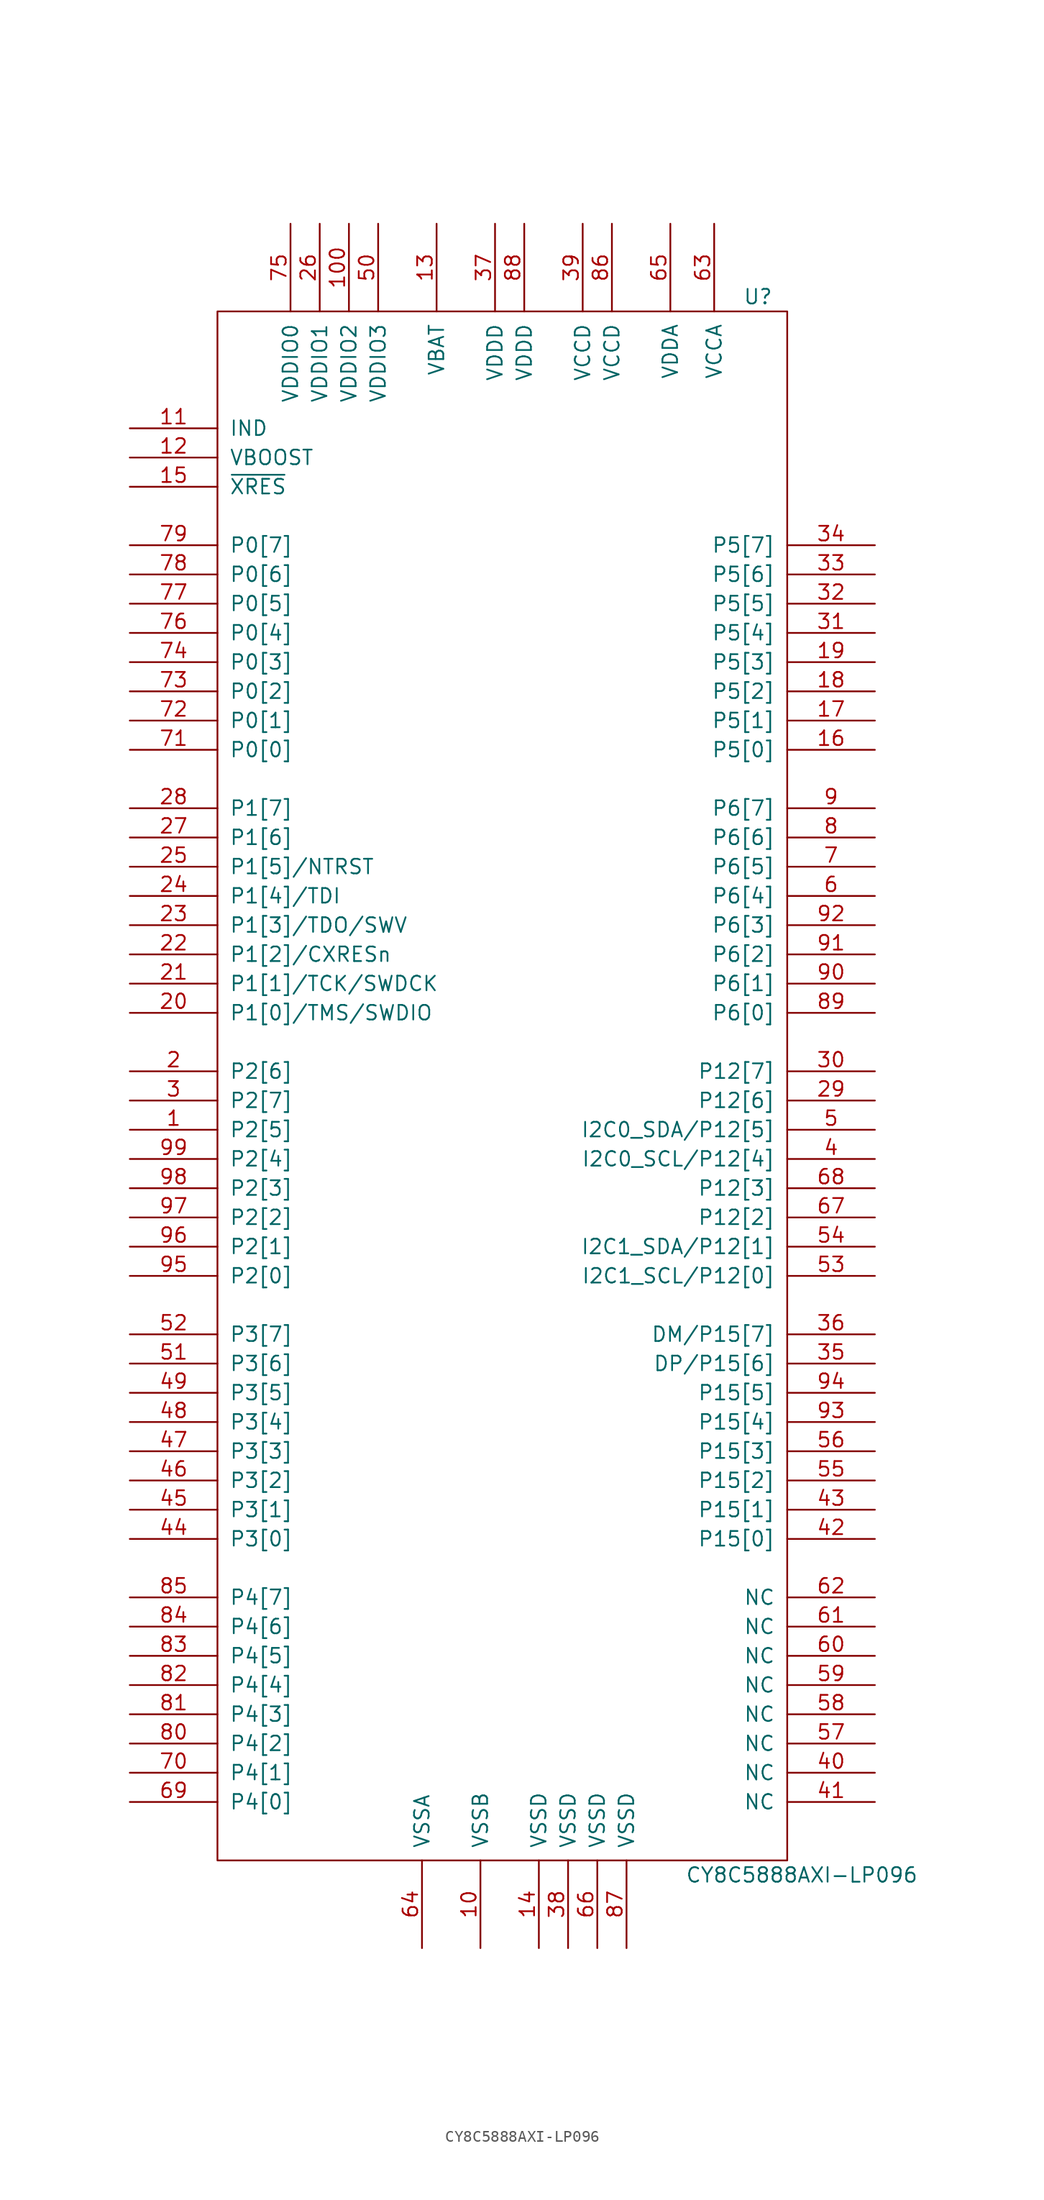
<source format=kicad_sym>
(kicad_symbol_lib
  (version 20220914)
  (generator kicad_symbol_editor)
  (symbol "CY8C5888AXI-LP096"
    (pin_names
      (offset 1.016))
    (property "Reference" "U"
      (at 20.32 68.58 0)
      (effects (font (size 1.27 1.27))))
    (property "Value" "CY8C5888AXI-LP096"
      (at 24.13 -68.58 0)
      (effects (font (size 1.27 1.27))))
    (symbol "CY8C5888AXI-LP096_1_0"
      (rectangle (start -26.67 -67.31) (end 22.86 67.31) (stroke (width 0) (type default)) (fill (type none))))
    (symbol "CY8C5888AXI-LP096_1_1"
      (pin input line (at -34.29 -3.81 0) (length 7.62) (name "P2[5]" (effects (font (size 1.27 1.27)))) (number "1" (effects (font (size 1.27 1.27)))))
      (pin input line (at -3.81 -74.93 90) (length 7.62) (name "VSSB" (effects (font (size 1.27 1.27)))) (number "10" (effects (font (size 1.27 1.27)))))
      (pin power_in line (at -15.24 74.93 270) (length 7.62) (name "VDDIO2" (effects (font (size 1.27 1.27)))) (number "100" (effects (font (size 1.27 1.27)))))
      (pin power_in line (at -34.29 57.15 0) (length 7.62) (name "IND" (effects (font (size 1.27 1.27)))) (number "11" (effects (font (size 1.27 1.27)))))
      (pin input line (at -34.29 54.61 0) (length 7.62) (name "VBOOST" (effects (font (size 1.27 1.27)))) (number "12" (effects (font (size 1.27 1.27)))))
      (pin power_in line (at -7.62 74.93 270) (length 7.62) (name "VBAT" (effects (font (size 1.27 1.27)))) (number "13" (effects (font (size 1.27 1.27)))))
      (pin power_in line (at 1.27 -74.93 90) (length 7.62) (name "VSSD" (effects (font (size 1.27 1.27)))) (number "14" (effects (font (size 1.27 1.27)))))
      (pin input line (at -34.29 52.07 0) (length 7.62) (name "~{XRES}" (effects (font (size 1.27 1.27)))) (number "15" (effects (font (size 1.27 1.27)))))
      (pin input line (at 30.48 29.21 180) (length 7.62) (name "P5[0]" (effects (font (size 1.27 1.27)))) (number "16" (effects (font (size 1.27 1.27)))))
      (pin input line (at 30.48 31.75 180) (length 7.62) (name "P5[1]" (effects (font (size 1.27 1.27)))) (number "17" (effects (font (size 1.27 1.27)))))
      (pin input line (at 30.48 34.29 180) (length 7.62) (name "P5[2]" (effects (font (size 1.27 1.27)))) (number "18" (effects (font (size 1.27 1.27)))))
      (pin input line (at 30.48 36.83 180) (length 7.62) (name "P5[3]" (effects (font (size 1.27 1.27)))) (number "19" (effects (font (size 1.27 1.27)))))
      (pin input line (at -34.29 1.27 0) (length 7.62) (name "P2[6]" (effects (font (size 1.27 1.27)))) (number "2" (effects (font (size 1.27 1.27)))))
      (pin input line (at -34.29 6.35 0) (length 7.62) (name "P1[0]/TMS/SWDIO" (effects (font (size 1.27 1.27)))) (number "20" (effects (font (size 1.27 1.27)))))
      (pin input line (at -34.29 8.89 0) (length 7.62) (name "P1[1]/TCK/SWDCK" (effects (font (size 1.27 1.27)))) (number "21" (effects (font (size 1.27 1.27)))))
      (pin input line (at -34.29 11.43 0) (length 7.62) (name "P1[2]/CXRESn" (effects (font (size 1.27 1.27)))) (number "22" (effects (font (size 1.27 1.27)))))
      (pin input line (at -34.29 13.97 0) (length 7.62) (name "P1[3]/TDO/SWV" (effects (font (size 1.27 1.27)))) (number "23" (effects (font (size 1.27 1.27)))))
      (pin input line (at -34.29 16.51 0) (length 7.62) (name "P1[4]/TDI" (effects (font (size 1.27 1.27)))) (number "24" (effects (font (size 1.27 1.27)))))
      (pin input line (at -34.29 19.05 0) (length 7.62) (name "P1[5]/NTRST" (effects (font (size 1.27 1.27)))) (number "25" (effects (font (size 1.27 1.27)))))
      (pin power_in line (at -17.78 74.93 270) (length 7.62) (name "VDDIO1" (effects (font (size 1.27 1.27)))) (number "26" (effects (font (size 1.27 1.27)))))
      (pin input line (at -34.29 21.59 0) (length 7.62) (name "P1[6]" (effects (font (size 1.27 1.27)))) (number "27" (effects (font (size 1.27 1.27)))))
      (pin input line (at -34.29 24.13 0) (length 7.62) (name "P1[7]" (effects (font (size 1.27 1.27)))) (number "28" (effects (font (size 1.27 1.27)))))
      (pin input line (at 30.48 -1.27 180) (length 7.62) (name "P12[6]" (effects (font (size 1.27 1.27)))) (number "29" (effects (font (size 1.27 1.27)))))
      (pin input line (at -34.29 -1.27 0) (length 7.62) (name "P2[7]" (effects (font (size 1.27 1.27)))) (number "3" (effects (font (size 1.27 1.27)))))
      (pin input line (at 30.48 1.27 180) (length 7.62) (name "P12[7]" (effects (font (size 1.27 1.27)))) (number "30" (effects (font (size 1.27 1.27)))))
      (pin input line (at 30.48 39.37 180) (length 7.62) (name "P5[4]" (effects (font (size 1.27 1.27)))) (number "31" (effects (font (size 1.27 1.27)))))
      (pin input line (at 30.48 41.91 180) (length 7.62) (name "P5[5]" (effects (font (size 1.27 1.27)))) (number "32" (effects (font (size 1.27 1.27)))))
      (pin input line (at 30.48 44.45 180) (length 7.62) (name "P5[6]" (effects (font (size 1.27 1.27)))) (number "33" (effects (font (size 1.27 1.27)))))
      (pin input line (at 30.48 46.99 180) (length 7.62) (name "P5[7]" (effects (font (size 1.27 1.27)))) (number "34" (effects (font (size 1.27 1.27)))))
      (pin input line (at 30.48 -24.13 180) (length 7.62) (name "DP/P15[6]" (effects (font (size 1.27 1.27)))) (number "35" (effects (font (size 1.27 1.27)))))
      (pin input line (at 30.48 -21.59 180) (length 7.62) (name "DM/P15[7]" (effects (font (size 1.27 1.27)))) (number "36" (effects (font (size 1.27 1.27)))))
      (pin power_in line (at -2.54 74.93 270) (length 7.62) (name "VDDD" (effects (font (size 1.27 1.27)))) (number "37" (effects (font (size 1.27 1.27)))))
      (pin power_in line (at 3.81 -74.93 90) (length 7.62) (name "VSSD" (effects (font (size 1.27 1.27)))) (number "38" (effects (font (size 1.27 1.27)))))
      (pin power_in line (at 5.08 74.93 270) (length 7.62) (name "VCCD" (effects (font (size 1.27 1.27)))) (number "39" (effects (font (size 1.27 1.27)))))
      (pin input line (at 30.48 -6.35 180) (length 7.62) (name "I2C0_SCL/P12[4]" (effects (font (size 1.27 1.27)))) (number "4" (effects (font (size 1.27 1.27)))))
      (pin unspecified line (at 30.48 -59.69 180) (length 7.62) (name "NC" (effects (font (size 1.27 1.27)))) (number "40" (effects (font (size 1.27 1.27)))))
      (pin unspecified line (at 30.48 -62.23 180) (length 7.62) (name "NC" (effects (font (size 1.27 1.27)))) (number "41" (effects (font (size 1.27 1.27)))))
      (pin input line (at 30.48 -39.37 180) (length 7.62) (name "P15[0]" (effects (font (size 1.27 1.27)))) (number "42" (effects (font (size 1.27 1.27)))))
      (pin input line (at 30.48 -36.83 180) (length 7.62) (name "P15[1]" (effects (font (size 1.27 1.27)))) (number "43" (effects (font (size 1.27 1.27)))))
      (pin input line (at -34.29 -39.37 0) (length 7.62) (name "P3[0]" (effects (font (size 1.27 1.27)))) (number "44" (effects (font (size 1.27 1.27)))))
      (pin input line (at -34.29 -36.83 0) (length 7.62) (name "P3[1]" (effects (font (size 1.27 1.27)))) (number "45" (effects (font (size 1.27 1.27)))))
      (pin input line (at -34.29 -34.29 0) (length 7.62) (name "P3[2]" (effects (font (size 1.27 1.27)))) (number "46" (effects (font (size 1.27 1.27)))))
      (pin input line (at -34.29 -31.75 0) (length 7.62) (name "P3[3]" (effects (font (size 1.27 1.27)))) (number "47" (effects (font (size 1.27 1.27)))))
      (pin input line (at -34.29 -29.21 0) (length 7.62) (name "P3[4]" (effects (font (size 1.27 1.27)))) (number "48" (effects (font (size 1.27 1.27)))))
      (pin input line (at -34.29 -26.67 0) (length 7.62) (name "P3[5]" (effects (font (size 1.27 1.27)))) (number "49" (effects (font (size 1.27 1.27)))))
      (pin input line (at 30.48 -3.81 180) (length 7.62) (name "I2C0_SDA/P12[5]" (effects (font (size 1.27 1.27)))) (number "5" (effects (font (size 1.27 1.27)))))
      (pin power_in line (at -12.7 74.93 270) (length 7.62) (name "VDDIO3" (effects (font (size 1.27 1.27)))) (number "50" (effects (font (size 1.27 1.27)))))
      (pin input line (at -34.29 -24.13 0) (length 7.62) (name "P3[6]" (effects (font (size 1.27 1.27)))) (number "51" (effects (font (size 1.27 1.27)))))
      (pin input line (at -34.29 -21.59 0) (length 7.62) (name "P3[7]" (effects (font (size 1.27 1.27)))) (number "52" (effects (font (size 1.27 1.27)))))
      (pin input line (at 30.48 -16.51 180) (length 7.62) (name "I2C1_SCL/P12[0]" (effects (font (size 1.27 1.27)))) (number "53" (effects (font (size 1.27 1.27)))))
      (pin input line (at 30.48 -13.97 180) (length 7.62) (name "I2C1_SDA/P12[1]" (effects (font (size 1.27 1.27)))) (number "54" (effects (font (size 1.27 1.27)))))
      (pin input line (at 30.48 -34.29 180) (length 7.62) (name "P15[2]" (effects (font (size 1.27 1.27)))) (number "55" (effects (font (size 1.27 1.27)))))
      (pin input line (at 30.48 -31.75 180) (length 7.62) (name "P15[3]" (effects (font (size 1.27 1.27)))) (number "56" (effects (font (size 1.27 1.27)))))
      (pin unspecified line (at 30.48 -57.15 180) (length 7.62) (name "NC" (effects (font (size 1.27 1.27)))) (number "57" (effects (font (size 1.27 1.27)))))
      (pin unspecified line (at 30.48 -54.61 180) (length 7.62) (name "NC" (effects (font (size 1.27 1.27)))) (number "58" (effects (font (size 1.27 1.27)))))
      (pin power_in line (at 30.48 -52.07 180) (length 7.62) (name "NC" (effects (font (size 1.27 1.27)))) (number "59" (effects (font (size 1.27 1.27)))))
      (pin input line (at 30.48 16.51 180) (length 7.62) (name "P6[4]" (effects (font (size 1.27 1.27)))) (number "6" (effects (font (size 1.27 1.27)))))
      (pin unspecified line (at 30.48 -49.53 180) (length 7.62) (name "NC" (effects (font (size 1.27 1.27)))) (number "60" (effects (font (size 1.27 1.27)))))
      (pin unspecified line (at 30.48 -46.99 180) (length 7.62) (name "NC" (effects (font (size 1.27 1.27)))) (number "61" (effects (font (size 1.27 1.27)))))
      (pin unspecified line (at 30.48 -44.45 180) (length 7.62) (name "NC" (effects (font (size 1.27 1.27)))) (number "62" (effects (font (size 1.27 1.27)))))
      (pin power_in line (at 16.51 74.93 270) (length 7.62) (name "VCCA" (effects (font (size 1.27 1.27)))) (number "63" (effects (font (size 1.27 1.27)))))
      (pin power_in line (at -8.89 -74.93 90) (length 7.62) (name "VSSA" (effects (font (size 1.27 1.27)))) (number "64" (effects (font (size 1.27 1.27)))))
      (pin power_in line (at 12.7 74.93 270) (length 7.62) (name "VDDA" (effects (font (size 1.27 1.27)))) (number "65" (effects (font (size 1.27 1.27)))))
      (pin power_in line (at 6.35 -74.93 90) (length 7.62) (name "VSSD" (effects (font (size 1.27 1.27)))) (number "66" (effects (font (size 1.27 1.27)))))
      (pin input line (at 30.48 -11.43 180) (length 7.62) (name "P12[2]" (effects (font (size 1.27 1.27)))) (number "67" (effects (font (size 1.27 1.27)))))
      (pin input line (at 30.48 -8.89 180) (length 7.62) (name "P12[3]" (effects (font (size 1.27 1.27)))) (number "68" (effects (font (size 1.27 1.27)))))
      (pin input line (at -34.29 -62.23 0) (length 7.62) (name "P4[0]" (effects (font (size 1.27 1.27)))) (number "69" (effects (font (size 1.27 1.27)))))
      (pin input line (at 30.48 19.05 180) (length 7.62) (name "P6[5]" (effects (font (size 1.27 1.27)))) (number "7" (effects (font (size 1.27 1.27)))))
      (pin input line (at -34.29 -59.69 0) (length 7.62) (name "P4[1]" (effects (font (size 1.27 1.27)))) (number "70" (effects (font (size 1.27 1.27)))))
      (pin input line (at -34.29 29.21 0) (length 7.62) (name "P0[0]" (effects (font (size 1.27 1.27)))) (number "71" (effects (font (size 1.27 1.27)))))
      (pin input line (at -34.29 31.75 0) (length 7.62) (name "P0[1]" (effects (font (size 1.27 1.27)))) (number "72" (effects (font (size 1.27 1.27)))))
      (pin input line (at -34.29 34.29 0) (length 7.62) (name "P0[2]" (effects (font (size 1.27 1.27)))) (number "73" (effects (font (size 1.27 1.27)))))
      (pin input line (at -34.29 36.83 0) (length 7.62) (name "P0[3]" (effects (font (size 1.27 1.27)))) (number "74" (effects (font (size 1.27 1.27)))))
      (pin power_in line (at -20.32 74.93 270) (length 7.62) (name "VDDIO0" (effects (font (size 1.27 1.27)))) (number "75" (effects (font (size 1.27 1.27)))))
      (pin input line (at -34.29 39.37 0) (length 7.62) (name "P0[4]" (effects (font (size 1.27 1.27)))) (number "76" (effects (font (size 1.27 1.27)))))
      (pin input line (at -34.29 41.91 0) (length 7.62) (name "P0[5]" (effects (font (size 1.27 1.27)))) (number "77" (effects (font (size 1.27 1.27)))))
      (pin input line (at -34.29 44.45 0) (length 7.62) (name "P0[6]" (effects (font (size 1.27 1.27)))) (number "78" (effects (font (size 1.27 1.27)))))
      (pin input line (at -34.29 46.99 0) (length 7.62) (name "P0[7]" (effects (font (size 1.27 1.27)))) (number "79" (effects (font (size 1.27 1.27)))))
      (pin input line (at 30.48 21.59 180) (length 7.62) (name "P6[6]" (effects (font (size 1.27 1.27)))) (number "8" (effects (font (size 1.27 1.27)))))
      (pin input line (at -34.29 -57.15 0) (length 7.62) (name "P4[2]" (effects (font (size 1.27 1.27)))) (number "80" (effects (font (size 1.27 1.27)))))
      (pin input line (at -34.29 -54.61 0) (length 7.62) (name "P4[3]" (effects (font (size 1.27 1.27)))) (number "81" (effects (font (size 1.27 1.27)))))
      (pin input line (at -34.29 -52.07 0) (length 7.62) (name "P4[4]" (effects (font (size 1.27 1.27)))) (number "82" (effects (font (size 1.27 1.27)))))
      (pin input line (at -34.29 -49.53 0) (length 7.62) (name "P4[5]" (effects (font (size 1.27 1.27)))) (number "83" (effects (font (size 1.27 1.27)))))
      (pin input line (at -34.29 -46.99 0) (length 7.62) (name "P4[6]" (effects (font (size 1.27 1.27)))) (number "84" (effects (font (size 1.27 1.27)))))
      (pin input line (at -34.29 -44.45 0) (length 7.62) (name "P4[7]" (effects (font (size 1.27 1.27)))) (number "85" (effects (font (size 1.27 1.27)))))
      (pin power_in line (at 7.62 74.93 270) (length 7.62) (name "VCCD" (effects (font (size 1.27 1.27)))) (number "86" (effects (font (size 1.27 1.27)))))
      (pin power_in line (at 8.89 -74.93 90) (length 7.62) (name "VSSD" (effects (font (size 1.27 1.27)))) (number "87" (effects (font (size 1.27 1.27)))))
      (pin power_in line (at 0 74.93 270) (length 7.62) (name "VDDD" (effects (font (size 1.27 1.27)))) (number "88" (effects (font (size 1.27 1.27)))))
      (pin input line (at 30.48 6.35 180) (length 7.62) (name "P6[0]" (effects (font (size 1.27 1.27)))) (number "89" (effects (font (size 1.27 1.27)))))
      (pin input line (at 30.48 24.13 180) (length 7.62) (name "P6[7]" (effects (font (size 1.27 1.27)))) (number "9" (effects (font (size 1.27 1.27)))))
      (pin input line (at 30.48 8.89 180) (length 7.62) (name "P6[1]" (effects (font (size 1.27 1.27)))) (number "90" (effects (font (size 1.27 1.27)))))
      (pin input line (at 30.48 11.43 180) (length 7.62) (name "P6[2]" (effects (font (size 1.27 1.27)))) (number "91" (effects (font (size 1.27 1.27)))))
      (pin input line (at 30.48 13.97 180) (length 7.62) (name "P6[3]" (effects (font (size 1.27 1.27)))) (number "92" (effects (font (size 1.27 1.27)))))
      (pin input line (at 30.48 -29.21 180) (length 7.62) (name "P15[4]" (effects (font (size 1.27 1.27)))) (number "93" (effects (font (size 1.27 1.27)))))
      (pin input line (at 30.48 -26.67 180) (length 7.62) (name "P15[5]" (effects (font (size 1.27 1.27)))) (number "94" (effects (font (size 1.27 1.27)))))
      (pin input line (at -34.29 -16.51 0) (length 7.62) (name "P2[0]" (effects (font (size 1.27 1.27)))) (number "95" (effects (font (size 1.27 1.27)))))
      (pin input line (at -34.29 -13.97 0) (length 7.62) (name "P2[1]" (effects (font (size 1.27 1.27)))) (number "96" (effects (font (size 1.27 1.27)))))
      (pin input line (at -34.29 -11.43 0) (length 7.62) (name "P2[2]" (effects (font (size 1.27 1.27)))) (number "97" (effects (font (size 1.27 1.27)))))
      (pin input line (at -34.29 -8.89 0) (length 7.62) (name "P2[3]" (effects (font (size 1.27 1.27)))) (number "98" (effects (font (size 1.27 1.27)))))
      (pin input line (at -34.29 -6.35 0) (length 7.62) (name "P2[4]" (effects (font (size 1.27 1.27)))) (number "99" (effects (font (size 1.27 1.27))))))))
</source>
